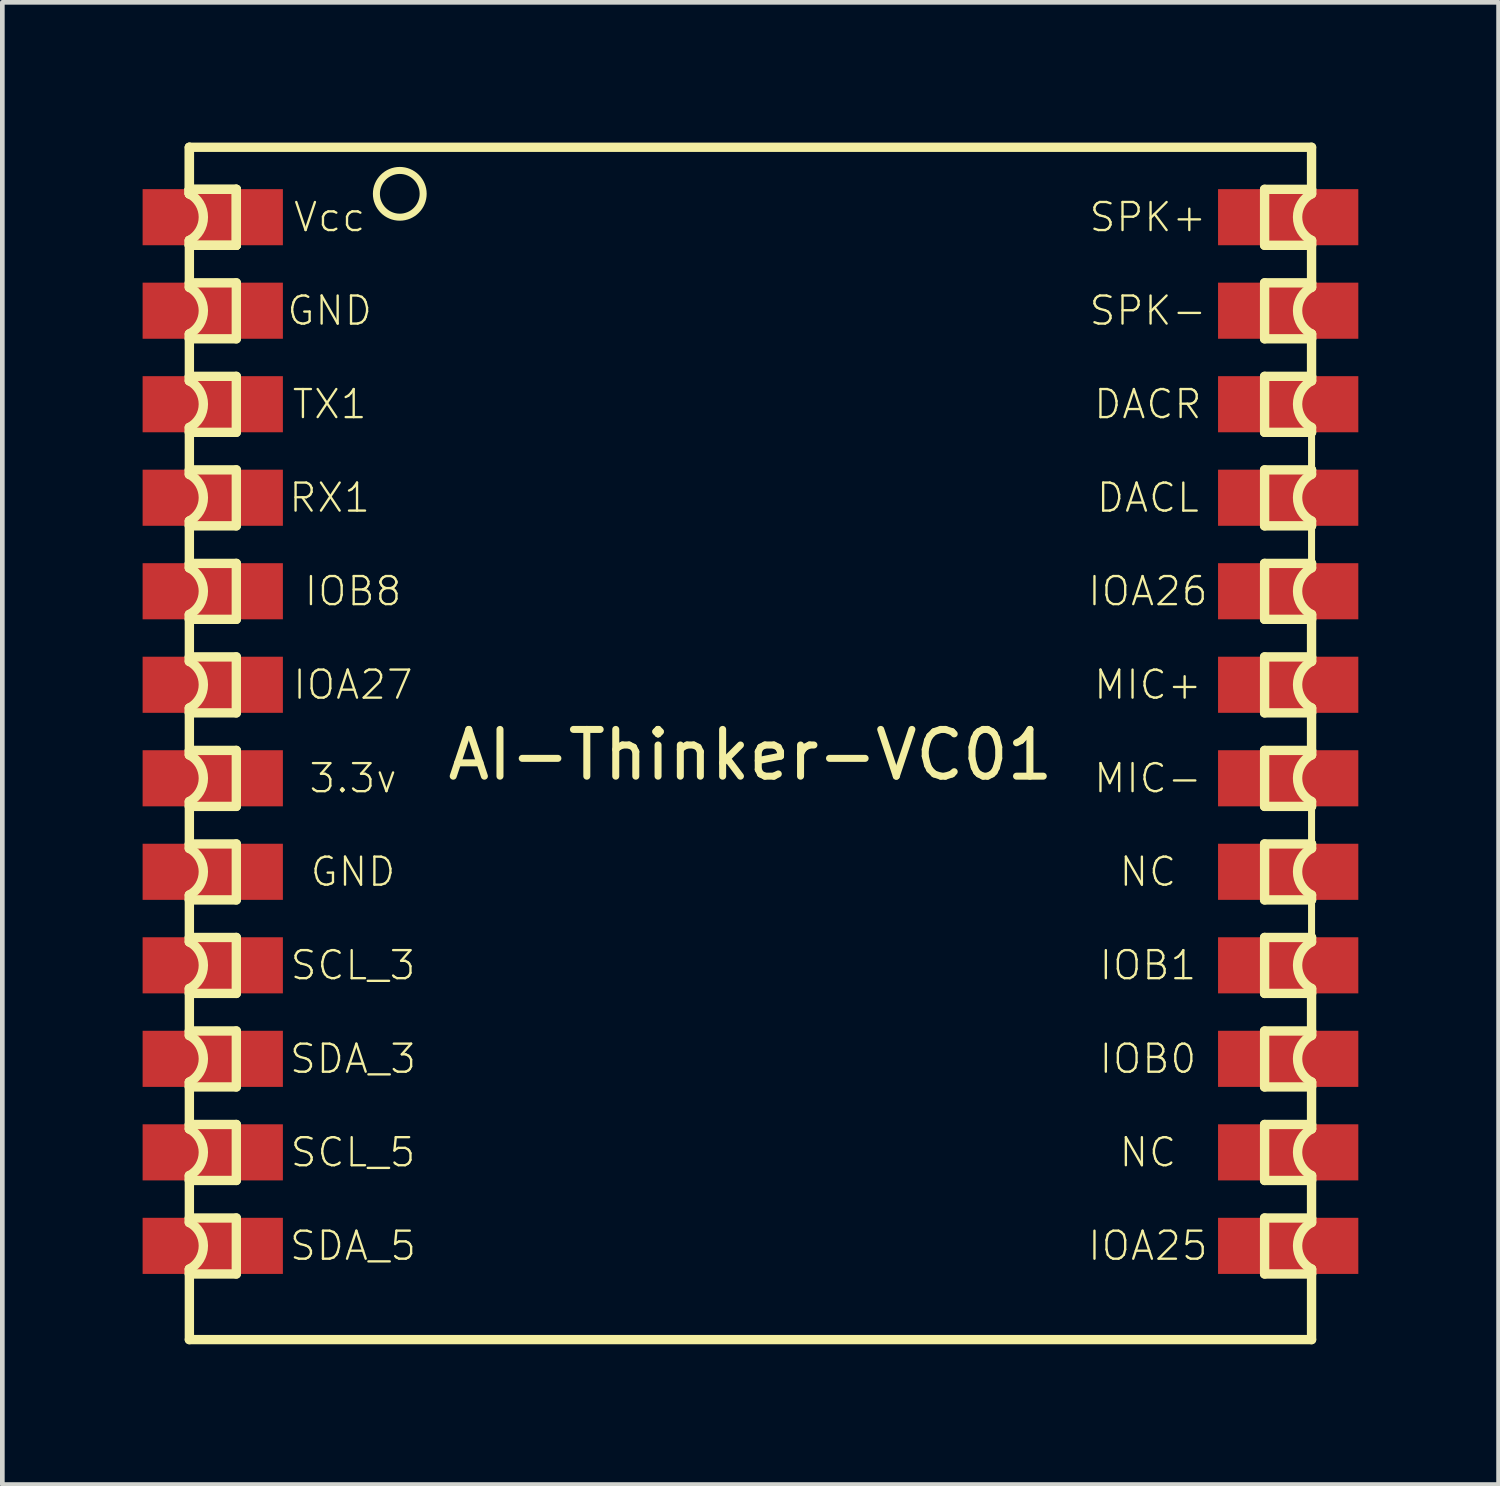
<source format=kicad_pcb>
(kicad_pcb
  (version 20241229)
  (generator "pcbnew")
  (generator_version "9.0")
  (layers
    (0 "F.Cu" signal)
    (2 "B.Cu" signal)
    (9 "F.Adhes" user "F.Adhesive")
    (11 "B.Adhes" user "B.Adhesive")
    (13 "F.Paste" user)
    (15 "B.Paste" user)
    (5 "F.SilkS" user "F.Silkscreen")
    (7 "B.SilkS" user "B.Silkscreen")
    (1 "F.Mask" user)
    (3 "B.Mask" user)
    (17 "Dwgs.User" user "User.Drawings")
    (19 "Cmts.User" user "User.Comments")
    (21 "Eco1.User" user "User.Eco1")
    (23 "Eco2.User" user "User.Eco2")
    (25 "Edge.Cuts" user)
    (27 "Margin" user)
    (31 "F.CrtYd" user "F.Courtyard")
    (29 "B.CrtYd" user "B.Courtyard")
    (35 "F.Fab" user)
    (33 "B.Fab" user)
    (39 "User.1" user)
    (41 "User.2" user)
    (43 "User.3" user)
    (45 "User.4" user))
  (footprint "AI-Thinker-VC01"
    (layer "F.Cu")
    (at 13 12.595)
    (property "Reference" "AI-Thinker-VC01" (at 0 0.5 0) (layer "F.SilkS") (effects (font (size 1 1) (thickness 0.15))))
    (attr through_hole)
    (fp_line (start -12 -12.495) (end -12 -11.5) (stroke (width 0.2) (type solid)) (layer "F.SilkS"))
    (fp_line (start -12 -12.495) (end 12 -12.495) (stroke (width 0.2) (type solid)) (layer "F.SilkS"))
    (fp_line (start -12 -11.596) (end -12 -11.5) (stroke (width 0.2) (type solid)) (layer "F.SilkS"))
    (fp_line (start -12 -11.596) (end -12 -11.5) (stroke (width 0.2) (type solid)) (layer "F.SilkS"))
    (fp_line (start -12 -11.596) (end -10.996 -11.596) (stroke (width 0.2) (type solid)) (layer "F.SilkS"))
    (fp_line (start -12 -11.5) (end -12 -12.495) (stroke (width 0.2) (type solid)) (layer "F.SilkS"))
    (fp_line (start -12 -11.5) (end -12 -11.596) (stroke (width 0.2) (type solid)) (layer "F.SilkS"))
    (fp_line (start -12 -10.503) (end -12 -10.399) (stroke (width 0.2) (type solid)) (layer "F.SilkS"))
    (fp_line (start -12 -10.399) (end -12 -10.503) (stroke (width 0.2) (type solid)) (layer "F.SilkS"))
    (fp_line (start -12 -10.399) (end -10.996 -10.399) (stroke (width 0.2) (type solid)) (layer "F.SilkS"))
    (fp_line (start -12 -9.596) (end -12 -9.5) (stroke (width 0.2) (type solid)) (layer "F.SilkS"))
    (fp_line (start -12 -9.5) (end -12 -10.503) (stroke (width 0.2) (type solid)) (layer "F.SilkS"))
    (fp_line (start -12 -8.503) (end -12 -8.399) (stroke (width 0.2) (type solid)) (layer "F.SilkS"))
    (fp_line (start -12 -8.399) (end -10.996 -8.399) (stroke (width 0.2) (type solid)) (layer "F.SilkS"))
    (fp_line (start -12 -7.596) (end -12 -7.5) (stroke (width 0.2) (type solid)) (layer "F.SilkS"))
    (fp_line (start -12 -7.5) (end -12 -8.503) (stroke (width 0.2) (type solid)) (layer "F.SilkS"))
    (fp_line (start -12 -6.503) (end -12 -6.399) (stroke (width 0.2) (type solid)) (layer "F.SilkS"))
    (fp_line (start -12 -6.399) (end -10.996 -6.399) (stroke (width 0.2) (type solid)) (layer "F.SilkS"))
    (fp_line (start -12 -5.596) (end -12 -5.5) (stroke (width 0.2) (type solid)) (layer "F.SilkS"))
    (fp_line (start -12 -5.5) (end -12 -6.503) (stroke (width 0.2) (type solid)) (layer "F.SilkS"))
    (fp_line (start -12 -4.503) (end -12 -4.399) (stroke (width 0.2) (type solid)) (layer "F.SilkS"))
    (fp_line (start -12 -4.399) (end -10.996 -4.399) (stroke (width 0.2) (type solid)) (layer "F.SilkS"))
    (fp_line (start -12 -3.596) (end -12 -3.5) (stroke (width 0.2) (type solid)) (layer "F.SilkS"))
    (fp_line (start -12 -3.5) (end -12 -4.503) (stroke (width 0.2) (type solid)) (layer "F.SilkS"))
    (fp_line (start -12 -2.503) (end -12 -2.399) (stroke (width 0.2) (type solid)) (layer "F.SilkS"))
    (fp_line (start -12 -2.399) (end -10.996 -2.399) (stroke (width 0.2) (type solid)) (layer "F.SilkS"))
    (fp_line (start -12 -1.596) (end -12 -1.5) (stroke (width 0.2) (type solid)) (layer "F.SilkS"))
    (fp_line (start -12 -1.5) (end -12 -2.503) (stroke (width 0.2) (type solid)) (layer "F.SilkS"))
    (fp_line (start -12 -0.503) (end -12 -0.399) (stroke (width 0.2) (type solid)) (layer "F.SilkS"))
    (fp_line (start -12 -0.399) (end -10.996 -0.399) (stroke (width 0.2) (type solid)) (layer "F.SilkS"))
    (fp_line (start -12 0.404) (end -12 0.5) (stroke (width 0.2) (type solid)) (layer "F.SilkS"))
    (fp_line (start -12 0.5) (end -12 -0.503) (stroke (width 0.2) (type solid)) (layer "F.SilkS"))
    (fp_line (start -12 1.497) (end -12 1.601) (stroke (width 0.2) (type solid)) (layer "F.SilkS"))
    (fp_line (start -12 1.601) (end -10.996 1.601) (stroke (width 0.2) (type solid)) (layer "F.SilkS"))
    (fp_line (start -12 2.404) (end -12 2.5) (stroke (width 0.2) (type solid)) (layer "F.SilkS"))
    (fp_line (start -12 2.5) (end -12 1.497) (stroke (width 0.2) (type solid)) (layer "F.SilkS"))
    (fp_line (start -12 3.497) (end -12 3.601) (stroke (width 0.2) (type solid)) (layer "F.SilkS"))
    (fp_line (start -12 3.601) (end -10.996 3.601) (stroke (width 0.2) (type solid)) (layer "F.SilkS"))
    (fp_line (start -12 4.404) (end -12 4.5) (stroke (width 0.2) (type solid)) (layer "F.SilkS"))
    (fp_line (start -12 4.5) (end -12 3.497) (stroke (width 0.2) (type solid)) (layer "F.SilkS"))
    (fp_line (start -12 5.497) (end -12 5.601) (stroke (width 0.2) (type solid)) (layer "F.SilkS"))
    (fp_line (start -12 5.601) (end -10.996 5.601) (stroke (width 0.2) (type solid)) (layer "F.SilkS"))
    (fp_line (start -12 6.404) (end -12 6.5) (stroke (width 0.2) (type solid)) (layer "F.SilkS"))
    (fp_line (start -12 6.5) (end -12 5.497) (stroke (width 0.2) (type solid)) (layer "F.SilkS"))
    (fp_line (start -12 7.497) (end -12 7.601) (stroke (width 0.2) (type solid)) (layer "F.SilkS"))
    (fp_line (start -12 7.601) (end -10.996 7.601) (stroke (width 0.2) (type solid)) (layer "F.SilkS"))
    (fp_line (start -12 8.404) (end -12 8.5) (stroke (width 0.2) (type solid)) (layer "F.SilkS"))
    (fp_line (start -12 8.5) (end -12 7.497) (stroke (width 0.2) (type solid)) (layer "F.SilkS"))
    (fp_line (start -12 9.497) (end -12 9.601) (stroke (width 0.2) (type solid)) (layer "F.SilkS"))
    (fp_line (start -12 9.601) (end -10.996 9.601) (stroke (width 0.2) (type solid)) (layer "F.SilkS"))
    (fp_line (start -12 10.404) (end -12 10.5) (stroke (width 0.2) (type solid)) (layer "F.SilkS"))
    (fp_line (start -12 10.5) (end -12 9.497) (stroke (width 0.2) (type solid)) (layer "F.SilkS"))
    (fp_line (start -12 11.497) (end -12 11.601) (stroke (width 0.2) (type solid)) (layer "F.SilkS"))
    (fp_line (start -12 11.601) (end -10.996 11.601) (stroke (width 0.2) (type solid)) (layer "F.SilkS"))
    (fp_line (start -12 13.005) (end -12 11.497) (stroke (width 0.2) (type solid)) (layer "F.SilkS"))
    (fp_line (start -12 13.005) (end 12 13.005) (stroke (width 0.2) (type solid)) (layer "F.SilkS"))
    (fp_line (start -10.996 -11.596) (end -12 -11.596) (stroke (width 0.2) (type solid)) (layer "F.SilkS"))
    (fp_line (start -10.996 -11.596) (end -10.996 -10.399) (stroke (width 0.2) (type solid)) (layer "F.SilkS"))
    (fp_line (start -10.996 -10.399) (end -12 -10.399) (stroke (width 0.2) (type solid)) (layer "F.SilkS"))
    (fp_line (start -10.996 -10.399) (end -10.996 -11.596) (stroke (width 0.2) (type solid)) (layer "F.SilkS"))
    (fp_line (start -10.996 -9.596) (end -12 -9.596) (stroke (width 0.2) (type solid)) (layer "F.SilkS"))
    (fp_line (start -10.996 -8.399) (end -10.996 -9.596) (stroke (width 0.2) (type solid)) (layer "F.SilkS"))
    (fp_line (start -10.996 -7.596) (end -12 -7.596) (stroke (width 0.2) (type solid)) (layer "F.SilkS"))
    (fp_line (start -10.996 -6.399) (end -10.996 -7.596) (stroke (width 0.2) (type solid)) (layer "F.SilkS"))
    (fp_line (start -10.996 -5.596) (end -12 -5.596) (stroke (width 0.2) (type solid)) (layer "F.SilkS"))
    (fp_line (start -10.996 -4.399) (end -10.996 -5.596) (stroke (width 0.2) (type solid)) (layer "F.SilkS"))
    (fp_line (start -10.996 -3.596) (end -12 -3.596) (stroke (width 0.2) (type solid)) (layer "F.SilkS"))
    (fp_line (start -10.996 -2.399) (end -10.996 -3.596) (stroke (width 0.2) (type solid)) (layer "F.SilkS"))
    (fp_line (start -10.996 -1.596) (end -12 -1.596) (stroke (width 0.2) (type solid)) (layer "F.SilkS"))
    (fp_line (start -10.996 -0.399) (end -10.996 -1.596) (stroke (width 0.2) (type solid)) (layer "F.SilkS"))
    (fp_line (start -10.996 0.404) (end -12 0.404) (stroke (width 0.2) (type solid)) (layer "F.SilkS"))
    (fp_line (start -10.996 1.601) (end -10.996 0.404) (stroke (width 0.2) (type solid)) (layer "F.SilkS"))
    (fp_line (start -10.996 2.404) (end -12 2.404) (stroke (width 0.2) (type solid)) (layer "F.SilkS"))
    (fp_line (start -10.996 3.601) (end -10.996 2.404) (stroke (width 0.2) (type solid)) (layer "F.SilkS"))
    (fp_line (start -10.996 4.404) (end -12 4.404) (stroke (width 0.2) (type solid)) (layer "F.SilkS"))
    (fp_line (start -10.996 5.601) (end -10.996 4.404) (stroke (width 0.2) (type solid)) (layer "F.SilkS"))
    (fp_line (start -10.996 6.404) (end -12 6.404) (stroke (width 0.2) (type solid)) (layer "F.SilkS"))
    (fp_line (start -10.996 7.601) (end -10.996 6.404) (stroke (width 0.2) (type solid)) (layer "F.SilkS"))
    (fp_line (start -10.996 8.404) (end -12 8.404) (stroke (width 0.2) (type solid)) (layer "F.SilkS"))
    (fp_line (start -10.996 9.601) (end -10.996 8.404) (stroke (width 0.2) (type solid)) (layer "F.SilkS"))
    (fp_line (start -10.996 10.404) (end -12 10.404) (stroke (width 0.2) (type solid)) (layer "F.SilkS"))
    (fp_line (start -10.996 11.601) (end -10.996 10.404) (stroke (width 0.2) (type solid)) (layer "F.SilkS"))
    (fp_line (start 10.996 -11.596) (end 12 -11.596) (stroke (width 0.2) (type solid)) (layer "F.SilkS"))
    (fp_line (start 10.996 -10.399) (end 10.996 -11.596) (stroke (width 0.2) (type solid)) (layer "F.SilkS"))
    (fp_line (start 10.996 -9.596) (end 12 -9.596) (stroke (width 0.2) (type solid)) (layer "F.SilkS"))
    (fp_line (start 10.996 -8.399) (end 10.996 -9.596) (stroke (width 0.2) (type solid)) (layer "F.SilkS"))
    (fp_line (start 10.996 -7.596) (end 12 -7.596) (stroke (width 0.2) (type solid)) (layer "F.SilkS"))
    (fp_line (start 10.996 -6.399) (end 10.996 -7.596) (stroke (width 0.2) (type solid)) (layer "F.SilkS"))
    (fp_line (start 10.996 -5.596) (end 12 -5.596) (stroke (width 0.2) (type solid)) (layer "F.SilkS"))
    (fp_line (start 10.996 -4.399) (end 10.996 -5.596) (stroke (width 0.2) (type solid)) (layer "F.SilkS"))
    (fp_line (start 10.996 -3.596) (end 12 -3.596) (stroke (width 0.2) (type solid)) (layer "F.SilkS"))
    (fp_line (start 10.996 -2.399) (end 10.996 -3.596) (stroke (width 0.2) (type solid)) (layer "F.SilkS"))
    (fp_line (start 10.996 -1.596) (end 12 -1.596) (stroke (width 0.2) (type solid)) (layer "F.SilkS"))
    (fp_line (start 10.996 -0.399) (end 10.996 -1.596) (stroke (width 0.2) (type solid)) (layer "F.SilkS"))
    (fp_line (start 10.996 0.404) (end 12 0.404) (stroke (width 0.2) (type solid)) (layer "F.SilkS"))
    (fp_line (start 10.996 1.601) (end 10.996 0.404) (stroke (width 0.2) (type solid)) (layer "F.SilkS"))
    (fp_line (start 10.996 2.404) (end 12 2.404) (stroke (width 0.2) (type solid)) (layer "F.SilkS"))
    (fp_line (start 10.996 3.601) (end 10.996 2.404) (stroke (width 0.2) (type solid)) (layer "F.SilkS"))
    (fp_line (start 10.996 4.404) (end 12 4.404) (stroke (width 0.2) (type solid)) (layer "F.SilkS"))
    (fp_line (start 10.996 5.601) (end 10.996 4.404) (stroke (width 0.2) (type solid)) (layer "F.SilkS"))
    (fp_line (start 10.996 6.404) (end 12 6.404) (stroke (width 0.2) (type solid)) (layer "F.SilkS"))
    (fp_line (start 10.996 7.601) (end 10.996 6.404) (stroke (width 0.2) (type solid)) (layer "F.SilkS"))
    (fp_line (start 10.996 8.404) (end 12 8.404) (stroke (width 0.2) (type solid)) (layer "F.SilkS"))
    (fp_line (start 10.996 9.601) (end 10.996 8.404) (stroke (width 0.2) (type solid)) (layer "F.SilkS"))
    (fp_line (start 10.996 10.404) (end 12 10.404) (stroke (width 0.2) (type solid)) (layer "F.SilkS"))
    (fp_line (start 10.996 11.601) (end 10.996 10.404) (stroke (width 0.2) (type solid)) (layer "F.SilkS"))
    (fp_line (start 12 -11.596) (end 12 -11.5) (stroke (width 0.2) (type solid)) (layer "F.SilkS"))
    (fp_line (start 12 -11.5) (end 12 -12.495) (stroke (width 0.2) (type solid)) (layer "F.SilkS"))
    (fp_line (start 12 -10.503) (end 12 -10.399) (stroke (width 0.2) (type solid)) (layer "F.SilkS"))
    (fp_line (start 12 -10.399) (end 10.996 -10.399) (stroke (width 0.2) (type solid)) (layer "F.SilkS"))
    (fp_line (start 12 -9.596) (end 12 -9.5) (stroke (width 0.2) (type solid)) (layer "F.SilkS"))
    (fp_line (start 12 -9.5) (end 12 -10.503) (stroke (width 0.2) (type solid)) (layer "F.SilkS"))
    (fp_line (start 12 -8.503) (end 12 -8.399) (stroke (width 0.2) (type solid)) (layer "F.SilkS"))
    (fp_line (start 12 -8.399) (end 10.996 -8.399) (stroke (width 0.2) (type solid)) (layer "F.SilkS"))
    (fp_line (start 12 -7.596) (end 12 -7.5) (stroke (width 0.2) (type solid)) (layer "F.SilkS"))
    (fp_line (start 12 -7.5) (end 12 -8.503) (stroke (width 0.2) (type solid)) (layer "F.SilkS"))
    (fp_line (start 12 -6.503) (end 12 -6.399) (stroke (width 0.2) (type solid)) (layer "F.SilkS"))
    (fp_line (start 12 -6.399) (end 10.996 -6.399) (stroke (width 0.2) (type solid)) (layer "F.SilkS"))
    (fp_line (start 12 -6.399) (end 12 -5.596) (stroke (width 0.15) (type solid)) (layer "F.SilkS"))
    (fp_line (start 12 -5.596) (end 12 -5.5) (stroke (width 0.2) (type solid)) (layer "F.SilkS"))
    (fp_line (start 12 -4.503) (end 12 -4.399) (stroke (width 0.2) (type solid)) (layer "F.SilkS"))
    (fp_line (start 12 -4.399) (end 10.996 -4.399) (stroke (width 0.2) (type solid)) (layer "F.SilkS"))
    (fp_line (start 12 -4.399) (end 12 -3.596) (stroke (width 0.15) (type solid)) (layer "F.SilkS"))
    (fp_line (start 12 -3.596) (end 12 -3.5) (stroke (width 0.2) (type solid)) (layer "F.SilkS"))
    (fp_line (start 12 -2.503) (end 12 -2.399) (stroke (width 0.2) (type solid)) (layer "F.SilkS"))
    (fp_line (start 12 -2.399) (end 10.996 -2.399) (stroke (width 0.2) (type solid)) (layer "F.SilkS"))
    (fp_line (start 12 -1.596) (end 12 -1.5) (stroke (width 0.2) (type solid)) (layer "F.SilkS"))
    (fp_line (start 12 -1.5) (end 12 -2.503) (stroke (width 0.2) (type solid)) (layer "F.SilkS"))
    (fp_line (start 12 -0.503) (end 12 -0.399) (stroke (width 0.2) (type solid)) (layer "F.SilkS"))
    (fp_line (start 12 -0.399) (end 10.996 -0.399) (stroke (width 0.2) (type solid)) (layer "F.SilkS"))
    (fp_line (start 12 0.404) (end 12 0.5) (stroke (width 0.2) (type solid)) (layer "F.SilkS"))
    (fp_line (start 12 0.5) (end 12 -0.503) (stroke (width 0.2) (type solid)) (layer "F.SilkS"))
    (fp_line (start 12 1.497) (end 12 1.601) (stroke (width 0.2) (type solid)) (layer "F.SilkS"))
    (fp_line (start 12 1.601) (end 10.996 1.601) (stroke (width 0.2) (type solid)) (layer "F.SilkS"))
    (fp_line (start 12 1.601) (end 12 2.404) (stroke (width 0.15) (type solid)) (layer "F.SilkS"))
    (fp_line (start 12 2.404) (end 12 2.5) (stroke (width 0.2) (type solid)) (layer "F.SilkS"))
    (fp_line (start 12 3.497) (end 12 3.601) (stroke (width 0.2) (type solid)) (layer "F.SilkS"))
    (fp_line (start 12 3.601) (end 10.996 3.601) (stroke (width 0.2) (type solid)) (layer "F.SilkS"))
    (fp_line (start 12 3.601) (end 12 4.404) (stroke (width 0.15) (type solid)) (layer "F.SilkS"))
    (fp_line (start 12 4.404) (end 12 4.5) (stroke (width 0.2) (type solid)) (layer "F.SilkS"))
    (fp_line (start 12 5.497) (end 12 5.601) (stroke (width 0.2) (type solid)) (layer "F.SilkS"))
    (fp_line (start 12 5.601) (end 10.996 5.601) (stroke (width 0.2) (type solid)) (layer "F.SilkS"))
    (fp_line (start 12 6.404) (end 12 6.5) (stroke (width 0.2) (type solid)) (layer "F.SilkS"))
    (fp_line (start 12 6.5) (end 12 5.497) (stroke (width 0.2) (type solid)) (layer "F.SilkS"))
    (fp_line (start 12 7.497) (end 12 7.601) (stroke (width 0.2) (type solid)) (layer "F.SilkS"))
    (fp_line (start 12 7.601) (end 10.996 7.601) (stroke (width 0.2) (type solid)) (layer "F.SilkS"))
    (fp_line (start 12 8.404) (end 12 8.5) (stroke (width 0.2) (type solid)) (layer "F.SilkS"))
    (fp_line (start 12 8.5) (end 12 7.497) (stroke (width 0.2) (type solid)) (layer "F.SilkS"))
    (fp_line (start 12 9.497) (end 12 9.601) (stroke (width 0.2) (type solid)) (layer "F.SilkS"))
    (fp_line (start 12 9.601) (end 10.996 9.601) (stroke (width 0.2) (type solid)) (layer "F.SilkS"))
    (fp_line (start 12 10.404) (end 12 10.5) (stroke (width 0.2) (type solid)) (layer "F.SilkS"))
    (fp_line (start 12 10.5) (end 12 9.497) (stroke (width 0.2) (type solid)) (layer "F.SilkS"))
    (fp_line (start 12 11.497) (end 12 11.601) (stroke (width 0.2) (type solid)) (layer "F.SilkS"))
    (fp_line (start 12 11.601) (end 10.996 11.601) (stroke (width 0.2) (type solid)) (layer "F.SilkS"))
    (fp_line (start 12 13.005) (end 12 11.497) (stroke (width 0.2) (type solid)) (layer "F.SilkS"))
    (fp_arc (start -12 -11.5) (mid -11.700697 -11.001492) (end -12 -10.502984) (stroke (width 0.2) (type solid)) (layer "F.SilkS"))
    (fp_arc (start -12 -9.5) (mid -11.700697 -9.001492) (end -12 -8.502984) (stroke (width 0.2) (type solid)) (layer "F.SilkS"))
    (fp_arc (start -12 -7.5) (mid -11.700697 -7.001492) (end -12 -6.502984) (stroke (width 0.2) (type solid)) (layer "F.SilkS"))
    (fp_arc (start -12 -5.5) (mid -11.700697 -5.001492) (end -12 -4.502984) (stroke (width 0.2) (type solid)) (layer "F.SilkS"))
    (fp_arc (start -12 -3.5) (mid -11.700697 -3.001492) (end -12 -2.502984) (stroke (width 0.2) (type solid)) (layer "F.SilkS"))
    (fp_arc (start -12 -1.5) (mid -11.700697 -1.001492) (end -12 -0.502984) (stroke (width 0.2) (type solid)) (layer "F.SilkS"))
    (fp_arc (start -12 0.499999) (mid -11.700697 0.998507) (end -12 1.497015) (stroke (width 0.2) (type solid)) (layer "F.SilkS"))
    (fp_arc (start -12 2.499999) (mid -11.700697 2.998507) (end -12 3.497015) (stroke (width 0.2) (type solid)) (layer "F.SilkS"))
    (fp_arc (start -12 4.499999) (mid -11.700697 4.998507) (end -12 5.497015) (stroke (width 0.2) (type solid)) (layer "F.SilkS"))
    (fp_arc (start -12 6.499999) (mid -11.700697 6.998507) (end -12 7.497015) (stroke (width 0.2) (type solid)) (layer "F.SilkS"))
    (fp_arc (start -12 8.499999) (mid -11.700697 8.998507) (end -12 9.497015) (stroke (width 0.2) (type solid)) (layer "F.SilkS"))
    (fp_arc (start -12 10.499999) (mid -11.700697 10.998507) (end -12 11.497015) (stroke (width 0.2) (type solid)) (layer "F.SilkS"))
    (fp_arc (start 12 -10.502984) (mid 11.700697 -11.001492) (end 12 -11.5) (stroke (width 0.2) (type solid)) (layer "F.SilkS"))
    (fp_arc (start 12 -8.502984) (mid 11.700697 -9.001492) (end 12 -9.5) (stroke (width 0.2) (type solid)) (layer "F.SilkS"))
    (fp_arc (start 12 -6.502984) (mid 11.700697 -7.001492) (end 12 -7.5) (stroke (width 0.2) (type solid)) (layer "F.SilkS"))
    (fp_arc (start 12 -4.502984) (mid 11.700697 -5.001492) (end 12 -5.5) (stroke (width 0.2) (type solid)) (layer "F.SilkS"))
    (fp_arc (start 12 -2.502984) (mid 11.700697 -3.001492) (end 12 -3.5) (stroke (width 0.2) (type solid)) (layer "F.SilkS"))
    (fp_arc (start 12 -0.502984) (mid 11.700697 -1.001492) (end 12 -1.5) (stroke (width 0.2) (type solid)) (layer "F.SilkS"))
    (fp_arc (start 12 1.497015) (mid 11.700697 0.998507) (end 12 0.499999) (stroke (width 0.2) (type solid)) (layer "F.SilkS"))
    (fp_arc (start 12 3.497015) (mid 11.700697 2.998507) (end 12 2.499999) (stroke (width 0.2) (type solid)) (layer "F.SilkS"))
    (fp_arc (start 12 5.497015) (mid 11.700697 4.998507) (end 12 4.499999) (stroke (width 0.2) (type solid)) (layer "F.SilkS"))
    (fp_arc (start 12 7.497015) (mid 11.700697 6.998507) (end 12 6.499999) (stroke (width 0.2) (type solid)) (layer "F.SilkS"))
    (fp_arc (start 12 9.497015) (mid 11.700697 8.998507) (end 12 8.499999) (stroke (width 0.2) (type solid)) (layer "F.SilkS"))
    (fp_arc (start 12 11.497015) (mid 11.700697 10.998507) (end 12 10.499999) (stroke (width 0.2) (type solid)) (layer "F.SilkS"))
    (fp_circle (center -7.5 -11.5) (end -7 -11.5) (stroke (width 0.15) (type solid)) (fill no) (layer "F.SilkS"))
    (fp_text user "NC" (at 8.5 9 0) (layer "F.SilkS") (effects (font (size 0.6 0.6) (thickness 0.05))))
    (fp_text user "IOB1" (at 8.5 5 0) (layer "F.SilkS") (effects (font (size 0.6 0.6) (thickness 0.05))))
    (fp_text user "MIC-" (at 8.5 1 0) (layer "F.SilkS") (effects (font (size 0.6 0.6) (thickness 0.05))))
    (fp_text user "3.3v" (at -8.5 1 0) (layer "F.SilkS") (effects (font (size 0.6 0.6) (thickness 0.05))))
    (fp_text user "IOA27" (at -8.5 -1 0) (layer "F.SilkS") (effects (font (size 0.6 0.6) (thickness 0.05))))
    (fp_text user "RX1" (at -9 -5 0) (layer "F.SilkS") (effects (font (size 0.6 0.6) (thickness 0.05))))
    (fp_text user "IOB8" (at -8.5 -3 0) (layer "F.SilkS") (effects (font (size 0.6 0.6) (thickness 0.05))))
    (fp_text user "TX1" (at -9 -7 0) (layer "F.SilkS") (effects (font (size 0.6 0.6) (thickness 0.05))))
    (fp_text user "SPK-" (at 8.5 -9 0) (layer "F.SilkS") (effects (font (size 0.6 0.6) (thickness 0.05))))
    (fp_text user "NC" (at 8.5 3 0) (layer "F.SilkS") (effects (font (size 0.6 0.6) (thickness 0.05))))
    (fp_text user "IOA25" (at 8.5 11 0) (layer "F.SilkS") (effects (font (size 0.6 0.6) (thickness 0.05))))
    (fp_text user "GND" (at -9 -9 0) (layer "F.SilkS") (effects (font (size 0.6 0.6) (thickness 0.05))))
    (fp_text user "DACR" (at 8.5 -7 0) (layer "F.SilkS") (effects (font (size 0.6 0.6) (thickness 0.05))))
    (fp_text user "IOB0" (at 8.5 7 0) (layer "F.SilkS") (effects (font (size 0.6 0.6) (thickness 0.05))))
    (fp_text user "Vcc" (at -9 -11 0) (layer "F.SilkS") (effects (font (size 0.6 0.6) (thickness 0.05))))
    (fp_text user "SPK+" (at 8.5 -11 0) (layer "F.SilkS") (effects (font (size 0.6 0.6) (thickness 0.05))))
    (fp_text user "SCL_3" (at -8.5 5 0) (layer "F.SilkS") (effects (font (size 0.6 0.6) (thickness 0.05))))
    (fp_text user "SCL_5" (at -8.5 9 0) (layer "F.SilkS") (effects (font (size 0.6 0.6) (thickness 0.05))))
    (fp_text user "DACL" (at 8.5 -5 0) (layer "F.SilkS") (effects (font (size 0.6 0.6) (thickness 0.05))))
    (fp_text user "SDA_5" (at -8.5 11 0) (layer "F.SilkS") (effects (font (size 0.6 0.6) (thickness 0.05))))
    (fp_text user "SDA_3" (at -8.5 7 0) (layer "F.SilkS") (effects (font (size 0.6 0.6) (thickness 0.05))))
    (fp_text user "GND" (at -8.5 3 0) (layer "F.SilkS") (effects (font (size 0.6 0.6) (thickness 0.05))))
    (fp_text user "MIC+" (at 8.5 -1 0) (layer "F.SilkS") (effects (font (size 0.6 0.6) (thickness 0.05))))
    (fp_text user "IOA26" (at 8.5 -3 0) (layer "F.SilkS") (effects (font (size 0.6 0.6) (thickness 0.05))))
    (pad "1" smd rect (at -11.5 -11) (size 3 1.2) (layers "F.Cu" "F.Mask" "F.Paste"))
    (pad "2" smd rect (at -11.5 -9) (size 3 1.2) (layers "F.Cu" "F.Mask" "F.Paste"))
    (pad "3" smd rect (at -11.5 -7) (size 3 1.2) (layers "F.Cu" "F.Mask" "F.Paste"))
    (pad "4" smd rect (at -11.5 -5) (size 3 1.2) (layers "F.Cu" "F.Mask" "F.Paste"))
    (pad "5" smd rect (at -11.5 -3) (size 3 1.2) (layers "F.Cu" "F.Mask" "F.Paste"))
    (pad "6" smd rect (at -11.5 -1) (size 3 1.2) (layers "F.Cu" "F.Mask" "F.Paste"))
    (pad "7" smd rect (at -11.5 1) (size 3 1.2) (layers "F.Cu" "F.Mask" "F.Paste"))
    (pad "8" smd rect (at -11.5 3) (size 3 1.2) (layers "F.Cu" "F.Mask" "F.Paste"))
    (pad "9" smd rect (at -11.5 5) (size 3 1.2) (layers "F.Cu" "F.Mask" "F.Paste"))
    (pad "10" smd rect (at -11.5 7) (size 3 1.2) (layers "F.Cu" "F.Mask" "F.Paste"))
    (pad "11" smd rect (at -11.5 9) (size 3 1.2) (layers "F.Cu" "F.Mask" "F.Paste"))
    (pad "12" smd rect (at -11.5 11) (size 3 1.2) (layers "F.Cu" "F.Mask" "F.Paste"))
    (pad "13" smd rect (at 11.5 11) (size 3 1.2) (layers "F.Cu" "F.Mask" "F.Paste"))
    (pad "14" smd rect (at 11.5 9) (size 3 1.2) (layers "F.Cu" "F.Mask" "F.Paste"))
    (pad "15" smd rect (at 11.5 7) (size 3 1.2) (layers "F.Cu" "F.Mask" "F.Paste"))
    (pad "16" smd rect (at 11.5 5) (size 3 1.2) (layers "F.Cu" "F.Mask" "F.Paste"))
    (pad "17" smd rect (at 11.5 3) (size 3 1.2) (layers "F.Cu" "F.Mask" "F.Paste"))
    (pad "18" smd rect (at 11.5 1) (size 3 1.2) (layers "F.Cu" "F.Mask" "F.Paste"))
    (pad "19" smd rect (at 11.5 -1) (size 3 1.2) (layers "F.Cu" "F.Mask" "F.Paste"))
    (pad "20" smd rect (at 11.5 -3) (size 3 1.2) (layers "F.Cu" "F.Mask" "F.Paste"))
    (pad "21" smd rect (at 11.5 -5) (size 3 1.2) (layers "F.Cu" "F.Mask" "F.Paste"))
    (pad "22" smd rect (at 11.5 -7) (size 3 1.2) (layers "F.Cu" "F.Mask" "F.Paste"))
    (pad "23" smd rect (at 11.5 -9) (size 3 1.2) (layers "F.Cu" "F.Mask" "F.Paste"))
    (pad "24" smd rect (at 11.5 -11) (size 3 1.2) (layers "F.Cu" "F.Mask" "F.Paste")))
  (gr_rect
    (start -3 -3)
    (end 29 28.7)
    (stroke (width 0.1) (type default))
    (fill no)
    (layer "Edge.Cuts")))
</source>
